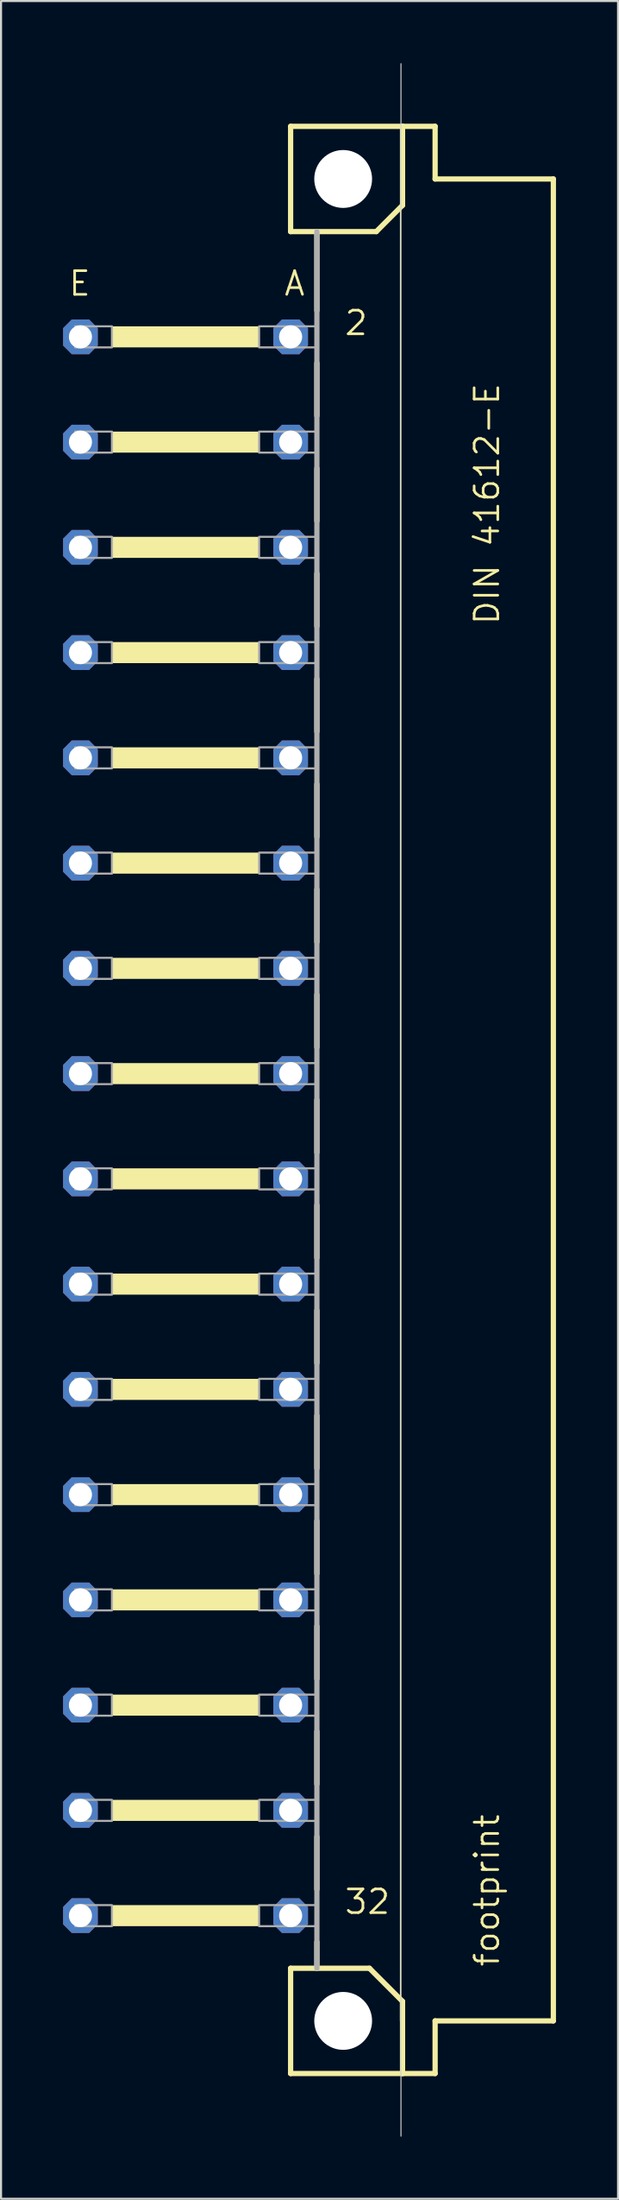
<source format=kicad_pcb>
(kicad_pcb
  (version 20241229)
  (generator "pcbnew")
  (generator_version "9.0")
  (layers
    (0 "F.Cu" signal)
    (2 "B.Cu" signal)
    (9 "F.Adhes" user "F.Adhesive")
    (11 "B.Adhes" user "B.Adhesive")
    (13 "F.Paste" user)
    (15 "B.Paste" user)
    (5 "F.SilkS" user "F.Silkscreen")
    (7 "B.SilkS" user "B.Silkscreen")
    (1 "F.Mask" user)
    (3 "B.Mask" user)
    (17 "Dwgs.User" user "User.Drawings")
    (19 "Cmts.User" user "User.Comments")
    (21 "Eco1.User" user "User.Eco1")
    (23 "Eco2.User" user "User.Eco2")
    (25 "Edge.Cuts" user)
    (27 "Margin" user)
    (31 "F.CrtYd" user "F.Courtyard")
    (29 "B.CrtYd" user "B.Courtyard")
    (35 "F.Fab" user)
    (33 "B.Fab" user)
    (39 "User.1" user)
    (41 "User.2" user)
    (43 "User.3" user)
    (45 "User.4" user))
  (footprint "footprint"
    (layer "F.Cu")
    (at 13.538 50.038)
    (property "Reference" "footprint" (at 7.62 41.91 90) (layer "F.SilkS") (effects (font (size 1.143 1.143) (thickness 0.127)) (justify left bottom)))
    (fp_line (start -2.54 -46.99) (end -2.54 -41.91) (stroke (width 0.254) (type solid)) (layer "F.SilkS"))
    (fp_line (start -2.54 -41.91) (end -1.27 -41.91) (stroke (width 0.254) (type solid)) (layer "F.SilkS"))
    (fp_line (start -2.54 41.91) (end -2.54 46.99) (stroke (width 0.254) (type solid)) (layer "F.SilkS"))
    (fp_line (start -2.54 41.91) (end -1.27 41.91) (stroke (width 0.254) (type solid)) (layer "F.SilkS"))
    (fp_line (start -2.54 46.99) (end 2.87 46.99) (stroke (width 0.254) (type solid)) (layer "F.SilkS"))
    (fp_line (start -1.27 -41.91) (end -1.27 -38.1) (stroke (width 0.254) (type solid)) (layer "F.SilkS"))
    (fp_line (start -1.27 -41.91) (end 1.6 -41.91) (stroke (width 0.254) (type solid)) (layer "F.SilkS"))
    (fp_line (start -1.27 -35.56) (end -1.27 -33.02) (stroke (width 0.254) (type solid)) (layer "F.SilkS"))
    (fp_line (start -1.27 -30.48) (end -1.27 -27.94) (stroke (width 0.254) (type solid)) (layer "F.SilkS"))
    (fp_line (start -1.27 -25.4) (end -1.27 -22.86) (stroke (width 0.254) (type solid)) (layer "F.SilkS"))
    (fp_line (start -1.27 -20.32) (end -1.27 -17.78) (stroke (width 0.254) (type solid)) (layer "F.SilkS"))
    (fp_line (start -1.27 -15.24) (end -1.27 -12.7) (stroke (width 0.254) (type solid)) (layer "F.SilkS"))
    (fp_line (start -1.27 -10.16) (end -1.27 -7.62) (stroke (width 0.254) (type solid)) (layer "F.SilkS"))
    (fp_line (start -1.27 -5.08) (end -1.27 -2.54) (stroke (width 0.254) (type solid)) (layer "F.SilkS"))
    (fp_line (start -1.27 0) (end -1.27 2.54) (stroke (width 0.254) (type solid)) (layer "F.SilkS"))
    (fp_line (start -1.27 5.08) (end -1.27 7.62) (stroke (width 0.254) (type solid)) (layer "F.SilkS"))
    (fp_line (start -1.27 10.16) (end -1.27 12.7) (stroke (width 0.254) (type solid)) (layer "F.SilkS"))
    (fp_line (start -1.27 15.24) (end -1.27 17.78) (stroke (width 0.254) (type solid)) (layer "F.SilkS"))
    (fp_line (start -1.27 20.32) (end -1.27 22.86) (stroke (width 0.254) (type solid)) (layer "F.SilkS"))
    (fp_line (start -1.27 25.4) (end -1.27 27.94) (stroke (width 0.254) (type solid)) (layer "F.SilkS"))
    (fp_line (start -1.27 30.48) (end -1.27 33.02) (stroke (width 0.254) (type solid)) (layer "F.SilkS"))
    (fp_line (start -1.27 35.56) (end -1.27 38.1) (stroke (width 0.254) (type solid)) (layer "F.SilkS"))
    (fp_line (start -1.27 40.64) (end -1.27 41.91) (stroke (width 0.254) (type solid)) (layer "F.SilkS"))
    (fp_line (start -1.27 41.91) (end 1.27 41.91) (stroke (width 0.254) (type solid)) (layer "F.SilkS"))
    (fp_line (start 1.6 -41.91) (end 2.87 -43.18) (stroke (width 0.254) (type solid)) (layer "F.SilkS"))
    (fp_line (start 2.769 -43.18) (end 2.769 44.45) (stroke (width 0.051) (type solid)) (layer "F.SilkS"))
    (fp_line (start 2.87 -46.99) (end -2.54 -46.99) (stroke (width 0.254) (type solid)) (layer "F.SilkS"))
    (fp_line (start 2.87 -43.18) (end 2.87 -46.99) (stroke (width 0.254) (type solid)) (layer "F.SilkS"))
    (fp_line (start 2.87 43.51) (end 1.27 41.91) (stroke (width 0.254) (type solid)) (layer "F.SilkS"))
    (fp_line (start 2.87 43.51) (end 2.87 46.99) (stroke (width 0.254) (type solid)) (layer "F.SilkS"))
    (fp_line (start 2.87 46.99) (end 4.445 46.99) (stroke (width 0.254) (type solid)) (layer "F.SilkS"))
    (fp_line (start 4.445 -46.99) (end 2.87 -46.99) (stroke (width 0.254) (type solid)) (layer "F.SilkS"))
    (fp_line (start 4.445 -44.45) (end 4.445 -46.99) (stroke (width 0.254) (type solid)) (layer "F.SilkS"))
    (fp_line (start 4.445 44.45) (end 10.16 44.45) (stroke (width 0.254) (type solid)) (layer "F.SilkS"))
    (fp_line (start 4.445 46.99) (end 4.445 44.45) (stroke (width 0.254) (type solid)) (layer "F.SilkS"))
    (fp_line (start 10.16 -44.45) (end 4.445 -44.45) (stroke (width 0.254) (type solid)) (layer "F.SilkS"))
    (fp_line (start 10.16 44.45) (end 10.16 -44.45) (stroke (width 0.254) (type solid)) (layer "F.SilkS"))
    (fp_poly (pts (xy -11.176 -36.322) (xy -4.064 -36.322) (xy -4.064 -37.338) (xy -11.176 -37.338)) (stroke (width 0) (type solid)) (fill yes) (layer "F.SilkS"))
    (fp_poly (pts (xy -11.176 -31.242) (xy -4.064 -31.242) (xy -4.064 -32.258) (xy -11.176 -32.258)) (stroke (width 0) (type solid)) (fill yes) (layer "F.SilkS"))
    (fp_poly (pts (xy -11.176 -26.162) (xy -4.064 -26.162) (xy -4.064 -27.178) (xy -11.176 -27.178)) (stroke (width 0) (type solid)) (fill yes) (layer "F.SilkS"))
    (fp_poly (pts (xy -11.176 -21.082) (xy -4.064 -21.082) (xy -4.064 -22.098) (xy -11.176 -22.098)) (stroke (width 0) (type solid)) (fill yes) (layer "F.SilkS"))
    (fp_poly (pts (xy -11.176 -16.002) (xy -4.064 -16.002) (xy -4.064 -17.018) (xy -11.176 -17.018)) (stroke (width 0) (type solid)) (fill yes) (layer "F.SilkS"))
    (fp_poly (pts (xy -11.176 -10.922) (xy -4.064 -10.922) (xy -4.064 -11.938) (xy -11.176 -11.938)) (stroke (width 0) (type solid)) (fill yes) (layer "F.SilkS"))
    (fp_poly (pts (xy -11.176 -5.842) (xy -4.064 -5.842) (xy -4.064 -6.858) (xy -11.176 -6.858)) (stroke (width 0) (type solid)) (fill yes) (layer "F.SilkS"))
    (fp_poly (pts (xy -11.176 -0.762) (xy -4.064 -0.762) (xy -4.064 -1.778) (xy -11.176 -1.778)) (stroke (width 0) (type solid)) (fill yes) (layer "F.SilkS"))
    (fp_poly (pts (xy -11.176 4.318) (xy -4.064 4.318) (xy -4.064 3.302) (xy -11.176 3.302)) (stroke (width 0) (type solid)) (fill yes) (layer "F.SilkS"))
    (fp_poly (pts (xy -11.176 9.398) (xy -4.064 9.398) (xy -4.064 8.382) (xy -11.176 8.382)) (stroke (width 0) (type solid)) (fill yes) (layer "F.SilkS"))
    (fp_poly (pts (xy -11.176 14.478) (xy -4.064 14.478) (xy -4.064 13.462) (xy -11.176 13.462)) (stroke (width 0) (type solid)) (fill yes) (layer "F.SilkS"))
    (fp_poly (pts (xy -11.176 19.558) (xy -4.064 19.558) (xy -4.064 18.542) (xy -11.176 18.542)) (stroke (width 0) (type solid)) (fill yes) (layer "F.SilkS"))
    (fp_poly (pts (xy -11.176 24.638) (xy -4.064 24.638) (xy -4.064 23.622) (xy -11.176 23.622)) (stroke (width 0) (type solid)) (fill yes) (layer "F.SilkS"))
    (fp_poly (pts (xy -11.176 29.718) (xy -4.064 29.718) (xy -4.064 28.702) (xy -11.176 28.702)) (stroke (width 0) (type solid)) (fill yes) (layer "F.SilkS"))
    (fp_poly (pts (xy -11.176 34.798) (xy -4.064 34.798) (xy -4.064 33.782) (xy -11.176 33.782)) (stroke (width 0) (type solid)) (fill yes) (layer "F.SilkS"))
    (fp_poly (pts (xy -11.176 39.878) (xy -4.064 39.878) (xy -4.064 38.862) (xy -11.176 38.862)) (stroke (width 0) (type solid)) (fill yes) (layer "F.SilkS"))
    (fp_line (start 2.794 50.013) (end 2.794 -50.013) (stroke (width 0.05) (type solid)) (layer "Edge.Cuts"))
    (fp_line (start -1.27 -41.91) (end -1.27 41.91) (stroke (width 0.254) (type solid)) (layer "F.Fab"))
    (fp_poly (pts (xy -12.954 -36.322) (xy -11.176 -36.322) (xy -11.176 -37.338) (xy -12.954 -37.338)) (stroke (width 0.1) (type solid)) (fill no) (layer "F.Fab"))
    (fp_poly (pts (xy -12.954 -31.242) (xy -11.176 -31.242) (xy -11.176 -32.258) (xy -12.954 -32.258)) (stroke (width 0.1) (type solid)) (fill no) (layer "F.Fab"))
    (fp_poly (pts (xy -12.954 -26.162) (xy -11.176 -26.162) (xy -11.176 -27.178) (xy -12.954 -27.178)) (stroke (width 0.1) (type solid)) (fill no) (layer "F.Fab"))
    (fp_poly (pts (xy -12.954 -21.082) (xy -11.176 -21.082) (xy -11.176 -22.098) (xy -12.954 -22.098)) (stroke (width 0.1) (type solid)) (fill no) (layer "F.Fab"))
    (fp_poly (pts (xy -12.954 -16.002) (xy -11.176 -16.002) (xy -11.176 -17.018) (xy -12.954 -17.018)) (stroke (width 0.1) (type solid)) (fill no) (layer "F.Fab"))
    (fp_poly (pts (xy -12.954 -10.922) (xy -11.176 -10.922) (xy -11.176 -11.938) (xy -12.954 -11.938)) (stroke (width 0.1) (type solid)) (fill no) (layer "F.Fab"))
    (fp_poly (pts (xy -12.954 -5.842) (xy -11.176 -5.842) (xy -11.176 -6.858) (xy -12.954 -6.858)) (stroke (width 0.1) (type solid)) (fill no) (layer "F.Fab"))
    (fp_poly (pts (xy -12.954 -0.762) (xy -11.176 -0.762) (xy -11.176 -1.778) (xy -12.954 -1.778)) (stroke (width 0.1) (type solid)) (fill no) (layer "F.Fab"))
    (fp_poly (pts (xy -12.954 4.318) (xy -11.176 4.318) (xy -11.176 3.302) (xy -12.954 3.302)) (stroke (width 0.1) (type solid)) (fill no) (layer "F.Fab"))
    (fp_poly (pts (xy -12.954 9.398) (xy -11.176 9.398) (xy -11.176 8.382) (xy -12.954 8.382)) (stroke (width 0.1) (type solid)) (fill no) (layer "F.Fab"))
    (fp_poly (pts (xy -12.954 14.478) (xy -11.176 14.478) (xy -11.176 13.462) (xy -12.954 13.462)) (stroke (width 0.1) (type solid)) (fill no) (layer "F.Fab"))
    (fp_poly (pts (xy -12.954 19.558) (xy -11.176 19.558) (xy -11.176 18.542) (xy -12.954 18.542)) (stroke (width 0.1) (type solid)) (fill no) (layer "F.Fab"))
    (fp_poly (pts (xy -12.954 24.638) (xy -11.176 24.638) (xy -11.176 23.622) (xy -12.954 23.622)) (stroke (width 0.1) (type solid)) (fill no) (layer "F.Fab"))
    (fp_poly (pts (xy -12.954 29.718) (xy -11.176 29.718) (xy -11.176 28.702) (xy -12.954 28.702)) (stroke (width 0.1) (type solid)) (fill no) (layer "F.Fab"))
    (fp_poly (pts (xy -12.954 34.798) (xy -11.176 34.798) (xy -11.176 33.782) (xy -12.954 33.782)) (stroke (width 0.1) (type solid)) (fill no) (layer "F.Fab"))
    (fp_poly (pts (xy -12.954 39.878) (xy -11.176 39.878) (xy -11.176 38.862) (xy -12.954 38.862)) (stroke (width 0.1) (type solid)) (fill no) (layer "F.Fab"))
    (fp_poly (pts (xy -4.064 -36.322) (xy -1.27 -36.322) (xy -1.27 -37.338) (xy -4.064 -37.338)) (stroke (width 0.1) (type solid)) (fill no) (layer "F.Fab"))
    (fp_poly (pts (xy -4.064 -31.242) (xy -1.27 -31.242) (xy -1.27 -32.258) (xy -4.064 -32.258)) (stroke (width 0.1) (type solid)) (fill no) (layer "F.Fab"))
    (fp_poly (pts (xy -4.064 -26.162) (xy -1.27 -26.162) (xy -1.27 -27.178) (xy -4.064 -27.178)) (stroke (width 0.1) (type solid)) (fill no) (layer "F.Fab"))
    (fp_poly (pts (xy -4.064 -21.082) (xy -1.27 -21.082) (xy -1.27 -22.098) (xy -4.064 -22.098)) (stroke (width 0.1) (type solid)) (fill no) (layer "F.Fab"))
    (fp_poly (pts (xy -4.064 -16.002) (xy -1.27 -16.002) (xy -1.27 -17.018) (xy -4.064 -17.018)) (stroke (width 0.1) (type solid)) (fill no) (layer "F.Fab"))
    (fp_poly (pts (xy -4.064 -10.922) (xy -1.27 -10.922) (xy -1.27 -11.938) (xy -4.064 -11.938)) (stroke (width 0.1) (type solid)) (fill no) (layer "F.Fab"))
    (fp_poly (pts (xy -4.064 -5.842) (xy -1.27 -5.842) (xy -1.27 -6.858) (xy -4.064 -6.858)) (stroke (width 0.1) (type solid)) (fill no) (layer "F.Fab"))
    (fp_poly (pts (xy -4.064 -0.762) (xy -1.27 -0.762) (xy -1.27 -1.778) (xy -4.064 -1.778)) (stroke (width 0.1) (type solid)) (fill no) (layer "F.Fab"))
    (fp_poly (pts (xy -4.064 4.318) (xy -1.27 4.318) (xy -1.27 3.302) (xy -4.064 3.302)) (stroke (width 0.1) (type solid)) (fill no) (layer "F.Fab"))
    (fp_poly (pts (xy -4.064 9.398) (xy -1.27 9.398) (xy -1.27 8.382) (xy -4.064 8.382)) (stroke (width 0.1) (type solid)) (fill no) (layer "F.Fab"))
    (fp_poly (pts (xy -4.064 14.478) (xy -1.27 14.478) (xy -1.27 13.462) (xy -4.064 13.462)) (stroke (width 0.1) (type solid)) (fill no) (layer "F.Fab"))
    (fp_poly (pts (xy -4.064 19.558) (xy -1.27 19.558) (xy -1.27 18.542) (xy -4.064 18.542)) (stroke (width 0.1) (type solid)) (fill no) (layer "F.Fab"))
    (fp_poly (pts (xy -4.064 24.638) (xy -1.27 24.638) (xy -1.27 23.622) (xy -4.064 23.622)) (stroke (width 0.1) (type solid)) (fill no) (layer "F.Fab"))
    (fp_poly (pts (xy -4.064 29.718) (xy -1.27 29.718) (xy -1.27 28.702) (xy -4.064 28.702)) (stroke (width 0.1) (type solid)) (fill no) (layer "F.Fab"))
    (fp_poly (pts (xy -4.064 34.798) (xy -1.27 34.798) (xy -1.27 33.782) (xy -4.064 33.782)) (stroke (width 0.1) (type solid)) (fill no) (layer "F.Fab"))
    (fp_poly (pts (xy -4.064 39.878) (xy -1.27 39.878) (xy -1.27 38.862) (xy -4.064 38.862)) (stroke (width 0.1) (type solid)) (fill no) (layer "F.Fab"))
    (fp_text user "A" (at -2.921 -38.735 0) (layer "F.SilkS") (effects (font (size 1.143 1.143) (thickness 0.127)) (justify left bottom)))
    (fp_text user "2" (at 0 -36.83 0) (layer "F.SilkS") (effects (font (size 1.143 1.143) (thickness 0.127)) (justify left bottom)))
    (fp_text user "32" (at 0 39.37 0) (layer "F.SilkS") (effects (font (size 1.143 1.143) (thickness 0.127)) (justify left bottom)))
    (fp_text user "DIN 41612-E" (at 7.62 -22.86 90) (layer "F.SilkS") (effects (font (size 1.143 1.143) (thickness 0.127)) (justify left bottom)))
    (fp_text user "E" (at -13.335 -38.735 0) (layer "F.SilkS") (effects (font (size 1.143 1.143) (thickness 0.127)) (justify left bottom)))
    (pad "" np_thru_hole circle (at 0 -44.45) (size 2.794 2.794) (drill 2.794) (layers "*.Cu" "*.Mask"))
    (pad "" np_thru_hole circle (at 0 44.45) (size 2.794 2.794) (drill 2.794) (layers "*.Cu" "*.Mask"))
    (pad "A2" thru_hole roundrect (at -2.54 -36.83) (size 1.676 1.676) (drill 1.118) (layers "*.Cu" "*.Mask") (roundrect_rratio 0.25) (chamfer_ratio 0.25) (chamfer top_left top_right bottom_left bottom_right))
    (pad "A4" thru_hole roundrect (at -2.54 -31.75) (size 1.676 1.676) (drill 1.118) (layers "*.Cu" "*.Mask") (roundrect_rratio 0.25) (chamfer_ratio 0.25) (chamfer top_left top_right bottom_left bottom_right))
    (pad "A6" thru_hole roundrect (at -2.54 -26.67) (size 1.676 1.676) (drill 1.118) (layers "*.Cu" "*.Mask") (roundrect_rratio 0.25) (chamfer_ratio 0.25) (chamfer top_left top_right bottom_left bottom_right))
    (pad "A8" thru_hole roundrect (at -2.54 -21.59) (size 1.676 1.676) (drill 1.118) (layers "*.Cu" "*.Mask") (roundrect_rratio 0.25) (chamfer_ratio 0.25) (chamfer top_left top_right bottom_left bottom_right))
    (pad "A10" thru_hole roundrect (at -2.54 -16.51) (size 1.676 1.676) (drill 1.118) (layers "*.Cu" "*.Mask") (roundrect_rratio 0.25) (chamfer_ratio 0.25) (chamfer top_left top_right bottom_left bottom_right))
    (pad "A12" thru_hole roundrect (at -2.54 -11.43) (size 1.676 1.676) (drill 1.118) (layers "*.Cu" "*.Mask") (roundrect_rratio 0.25) (chamfer_ratio 0.25) (chamfer top_left top_right bottom_left bottom_right))
    (pad "A14" thru_hole roundrect (at -2.54 -6.35) (size 1.676 1.676) (drill 1.118) (layers "*.Cu" "*.Mask") (roundrect_rratio 0.25) (chamfer_ratio 0.25) (chamfer top_left top_right bottom_left bottom_right))
    (pad "A16" thru_hole roundrect (at -2.54 -1.27) (size 1.676 1.676) (drill 1.118) (layers "*.Cu" "*.Mask") (roundrect_rratio 0.25) (chamfer_ratio 0.25) (chamfer top_left top_right bottom_left bottom_right))
    (pad "A18" thru_hole roundrect (at -2.54 3.81) (size 1.676 1.676) (drill 1.118) (layers "*.Cu" "*.Mask") (roundrect_rratio 0.25) (chamfer_ratio 0.25) (chamfer top_left top_right bottom_left bottom_right))
    (pad "A20" thru_hole roundrect (at -2.54 8.89) (size 1.676 1.676) (drill 1.118) (layers "*.Cu" "*.Mask") (roundrect_rratio 0.25) (chamfer_ratio 0.25) (chamfer top_left top_right bottom_left bottom_right))
    (pad "A22" thru_hole roundrect (at -2.54 13.97) (size 1.676 1.676) (drill 1.118) (layers "*.Cu" "*.Mask") (roundrect_rratio 0.25) (chamfer_ratio 0.25) (chamfer top_left top_right bottom_left bottom_right))
    (pad "A24" thru_hole roundrect (at -2.54 19.05) (size 1.676 1.676) (drill 1.118) (layers "*.Cu" "*.Mask") (roundrect_rratio 0.25) (chamfer_ratio 0.25) (chamfer top_left top_right bottom_left bottom_right))
    (pad "A26" thru_hole roundrect (at -2.54 24.13) (size 1.676 1.676) (drill 1.118) (layers "*.Cu" "*.Mask") (roundrect_rratio 0.25) (chamfer_ratio 0.25) (chamfer top_left top_right bottom_left bottom_right))
    (pad "A28" thru_hole roundrect (at -2.54 29.21) (size 1.676 1.676) (drill 1.118) (layers "*.Cu" "*.Mask") (roundrect_rratio 0.25) (chamfer_ratio 0.25) (chamfer top_left top_right bottom_left bottom_right))
    (pad "A30" thru_hole roundrect (at -2.54 34.29) (size 1.676 1.676) (drill 1.118) (layers "*.Cu" "*.Mask") (roundrect_rratio 0.25) (chamfer_ratio 0.25) (chamfer top_left top_right bottom_left bottom_right))
    (pad "A32" thru_hole roundrect (at -2.54 39.37) (size 1.676 1.676) (drill 1.118) (layers "*.Cu" "*.Mask") (roundrect_rratio 0.25) (chamfer_ratio 0.25) (chamfer top_left top_right bottom_left bottom_right))
    (pad "E2" thru_hole roundrect (at -12.7 -36.83) (size 1.676 1.676) (drill 1.118) (layers "*.Cu" "*.Mask") (roundrect_rratio 0.25) (chamfer_ratio 0.25) (chamfer top_left top_right bottom_left bottom_right))
    (pad "E4" thru_hole roundrect (at -12.7 -31.75) (size 1.676 1.676) (drill 1.118) (layers "*.Cu" "*.Mask") (roundrect_rratio 0.25) (chamfer_ratio 0.25) (chamfer top_left top_right bottom_left bottom_right))
    (pad "E6" thru_hole roundrect (at -12.7 -26.67) (size 1.676 1.676) (drill 1.118) (layers "*.Cu" "*.Mask") (roundrect_rratio 0.25) (chamfer_ratio 0.25) (chamfer top_left top_right bottom_left bottom_right))
    (pad "E8" thru_hole roundrect (at -12.7 -21.59) (size 1.676 1.676) (drill 1.118) (layers "*.Cu" "*.Mask") (roundrect_rratio 0.25) (chamfer_ratio 0.25) (chamfer top_left top_right bottom_left bottom_right))
    (pad "E10" thru_hole roundrect (at -12.7 -16.51) (size 1.676 1.676) (drill 1.118) (layers "*.Cu" "*.Mask") (roundrect_rratio 0.25) (chamfer_ratio 0.25) (chamfer top_left top_right bottom_left bottom_right))
    (pad "E12" thru_hole roundrect (at -12.7 -11.43) (size 1.676 1.676) (drill 1.118) (layers "*.Cu" "*.Mask") (roundrect_rratio 0.25) (chamfer_ratio 0.25) (chamfer top_left top_right bottom_left bottom_right))
    (pad "E14" thru_hole roundrect (at -12.7 -6.35) (size 1.676 1.676) (drill 1.118) (layers "*.Cu" "*.Mask") (roundrect_rratio 0.25) (chamfer_ratio 0.25) (chamfer top_left top_right bottom_left bottom_right))
    (pad "E16" thru_hole roundrect (at -12.7 -1.27) (size 1.676 1.676) (drill 1.118) (layers "*.Cu" "*.Mask") (roundrect_rratio 0.25) (chamfer_ratio 0.25) (chamfer top_left top_right bottom_left bottom_right))
    (pad "E18" thru_hole roundrect (at -12.7 3.81) (size 1.676 1.676) (drill 1.118) (layers "*.Cu" "*.Mask") (roundrect_rratio 0.25) (chamfer_ratio 0.25) (chamfer top_left top_right bottom_left bottom_right))
    (pad "E20" thru_hole roundrect (at -12.7 8.89) (size 1.676 1.676) (drill 1.118) (layers "*.Cu" "*.Mask") (roundrect_rratio 0.25) (chamfer_ratio 0.25) (chamfer top_left top_right bottom_left bottom_right))
    (pad "E22" thru_hole roundrect (at -12.7 13.97) (size 1.676 1.676) (drill 1.118) (layers "*.Cu" "*.Mask") (roundrect_rratio 0.25) (chamfer_ratio 0.25) (chamfer top_left top_right bottom_left bottom_right))
    (pad "E24" thru_hole roundrect (at -12.7 19.05) (size 1.676 1.676) (drill 1.118) (layers "*.Cu" "*.Mask") (roundrect_rratio 0.25) (chamfer_ratio 0.25) (chamfer top_left top_right bottom_left bottom_right))
    (pad "E26" thru_hole roundrect (at -12.7 24.13) (size 1.676 1.676) (drill 1.118) (layers "*.Cu" "*.Mask") (roundrect_rratio 0.25) (chamfer_ratio 0.25) (chamfer top_left top_right bottom_left bottom_right))
    (pad "E28" thru_hole roundrect (at -12.7 29.21) (size 1.676 1.676) (drill 1.118) (layers "*.Cu" "*.Mask") (roundrect_rratio 0.25) (chamfer_ratio 0.25) (chamfer top_left top_right bottom_left bottom_right))
    (pad "E30" thru_hole roundrect (at -12.7 34.29) (size 1.676 1.676) (drill 1.118) (layers "*.Cu" "*.Mask") (roundrect_rratio 0.25) (chamfer_ratio 0.25) (chamfer top_left top_right bottom_left bottom_right))
    (pad "E32" thru_hole roundrect (at -12.7 39.37) (size 1.676 1.676) (drill 1.118) (layers "*.Cu" "*.Mask") (roundrect_rratio 0.25) (chamfer_ratio 0.25) (chamfer top_left top_right bottom_left bottom_right))
    (zone (net_name "") (layers "F.Cu" "B.Cu") (hatch edge 0.508) (connect_pads) (min_thickness 0.254) (filled_areas_thickness no) (keepout (tracks allowed) (vias not_allowed) (pads allowed) (copperpour allowed) (footprints allowed)) (placement (enabled no)) (fill) (polygon (pts (xy 16.713 5.588) (xy 16.665 5.036) (xy 16.522 4.502) (xy 16.288 4) (xy 15.97 3.547) (xy 15.579 3.155) (xy 15.126 2.838) (xy 14.624 2.604) (xy 14.09 2.461) (xy 13.538 2.413) (xy 12.987 2.461) (xy 12.452 2.604) (xy 11.951 2.838) (xy 11.497 3.155) (xy 11.106 3.547) (xy 10.789 4) (xy 10.555 4.502) (xy 10.411 5.036) (xy 10.363 5.588) (xy 10.411 6.139) (xy 10.555 6.674) (xy 10.789 7.175) (xy 11.106 7.628) (xy 11.497 8.02) (xy 11.951 8.337) (xy 12.452 8.571) (xy 12.987 8.714) (xy 13.538 8.763) (xy 14.09 8.714) (xy 14.624 8.571) (xy 15.126 8.337) (xy 15.579 8.02) (xy 15.97 7.628) (xy 16.288 7.175) (xy 16.522 6.674) (xy 16.665 6.139))) (polygon (pts (xy 14.935 5.588) (xy 14.914 5.345) (xy 14.851 5.11) (xy 14.748 4.889) (xy 14.608 4.69) (xy 14.436 4.517) (xy 14.237 4.378) (xy 14.016 4.275) (xy 13.781 4.212) (xy 13.538 4.191) (xy 13.296 4.212) (xy 13.06 4.275) (xy 12.84 4.378) (xy 12.64 4.517) (xy 12.468 4.69) (xy 12.328 4.889) (xy 12.225 5.11) (xy 12.162 5.345) (xy 12.141 5.588) (xy 12.162 5.83) (xy 12.225 6.065) (xy 12.328 6.286) (xy 12.468 6.486) (xy 12.64 6.658) (xy 12.84 6.797) (xy 13.06 6.9) (xy 13.296 6.963) (xy 13.538 6.985) (xy 13.781 6.963) (xy 14.016 6.9) (xy 14.237 6.797) (xy 14.436 6.658) (xy 14.608 6.486) (xy 14.748 6.286) (xy 14.851 6.065) (xy 14.914 5.83))))
    (zone (net_name "") (layers "F.Cu" "B.Cu") (hatch edge 0.508) (connect_pads) (min_thickness 0.254) (filled_areas_thickness no) (keepout (tracks allowed) (vias not_allowed) (pads allowed) (copperpour allowed) (footprints allowed)) (placement (enabled no)) (fill) (polygon (pts (xy 16.713 94.488) (xy 16.665 93.936) (xy 16.522 93.402) (xy 16.288 92.9) (xy 15.97 92.447) (xy 15.579 92.055) (xy 15.126 91.738) (xy 14.624 91.504) (xy 14.09 91.361) (xy 13.538 91.313) (xy 12.987 91.361) (xy 12.452 91.504) (xy 11.951 91.738) (xy 11.497 92.055) (xy 11.106 92.447) (xy 10.789 92.9) (xy 10.555 93.402) (xy 10.411 93.936) (xy 10.363 94.488) (xy 10.411 95.039) (xy 10.555 95.574) (xy 10.789 96.075) (xy 11.106 96.528) (xy 11.497 96.92) (xy 11.951 97.237) (xy 12.452 97.471) (xy 12.987 97.614) (xy 13.538 97.663) (xy 14.09 97.614) (xy 14.624 97.471) (xy 15.126 97.237) (xy 15.579 96.92) (xy 15.97 96.528) (xy 16.288 96.075) (xy 16.522 95.574) (xy 16.665 95.039))) (polygon (pts (xy 14.935 94.488) (xy 14.914 94.245) (xy 14.851 94.01) (xy 14.748 93.789) (xy 14.608 93.59) (xy 14.436 93.417) (xy 14.237 93.278) (xy 14.016 93.175) (xy 13.781 93.112) (xy 13.538 93.091) (xy 13.296 93.112) (xy 13.06 93.175) (xy 12.84 93.278) (xy 12.64 93.417) (xy 12.468 93.59) (xy 12.328 93.789) (xy 12.225 94.01) (xy 12.162 94.245) (xy 12.141 94.488) (xy 12.162 94.73) (xy 12.225 94.965) (xy 12.328 95.186) (xy 12.468 95.386) (xy 12.64 95.558) (xy 12.84 95.697) (xy 13.06 95.8) (xy 13.296 95.863) (xy 13.538 95.885) (xy 13.781 95.863) (xy 14.016 95.8) (xy 14.237 95.697) (xy 14.436 95.558) (xy 14.608 95.386) (xy 14.748 95.186) (xy 14.851 94.965) (xy 14.914 94.73))))
    (zone (net_name "") (layer "B.Cu") (hatch edge 0.508) (connect_pads) (min_thickness 0.254) (filled_areas_thickness no) (keepout (tracks not_allowed) (vias not_allowed) (pads not_allowed) (copperpour not_allowed) (footprints allowed)) (placement (enabled no)) (fill) (polygon (pts (xy 16.713 5.588) (xy 16.665 5.036) (xy 16.522 4.502) (xy 16.288 4) (xy 15.97 3.547) (xy 15.579 3.155) (xy 15.126 2.838) (xy 14.624 2.604) (xy 14.09 2.461) (xy 13.538 2.413) (xy 12.987 2.461) (xy 12.452 2.604) (xy 11.951 2.838) (xy 11.497 3.155) (xy 11.106 3.547) (xy 10.789 4) (xy 10.555 4.502) (xy 10.411 5.036) (xy 10.363 5.588) (xy 10.411 6.139) (xy 10.555 6.674) (xy 10.789 7.175) (xy 11.106 7.628) (xy 11.497 8.02) (xy 11.951 8.337) (xy 12.452 8.571) (xy 12.987 8.714) (xy 13.538 8.763) (xy 14.09 8.714) (xy 14.624 8.571) (xy 15.126 8.337) (xy 15.579 8.02) (xy 15.97 7.628) (xy 16.288 7.175) (xy 16.522 6.674) (xy 16.665 6.139))) (polygon (pts (xy 14.935 5.588) (xy 14.914 5.345) (xy 14.851 5.11) (xy 14.748 4.889) (xy 14.608 4.69) (xy 14.436 4.517) (xy 14.237 4.378) (xy 14.016 4.275) (xy 13.781 4.212) (xy 13.538 4.191) (xy 13.296 4.212) (xy 13.06 4.275) (xy 12.84 4.378) (xy 12.64 4.517) (xy 12.468 4.69) (xy 12.328 4.889) (xy 12.225 5.11) (xy 12.162 5.345) (xy 12.141 5.588) (xy 12.162 5.83) (xy 12.225 6.065) (xy 12.328 6.286) (xy 12.468 6.486) (xy 12.64 6.658) (xy 12.84 6.797) (xy 13.06 6.9) (xy 13.296 6.963) (xy 13.538 6.985) (xy 13.781 6.963) (xy 14.016 6.9) (xy 14.237 6.797) (xy 14.436 6.658) (xy 14.608 6.486) (xy 14.748 6.286) (xy 14.851 6.065) (xy 14.914 5.83))))
    (zone (net_name "") (layer "B.Cu") (hatch edge 0.508) (connect_pads) (min_thickness 0.254) (filled_areas_thickness no) (keepout (tracks not_allowed) (vias not_allowed) (pads not_allowed) (copperpour not_allowed) (footprints allowed)) (placement (enabled no)) (fill) (polygon (pts (xy 16.713 94.488) (xy 16.665 93.936) (xy 16.522 93.402) (xy 16.288 92.9) (xy 15.97 92.447) (xy 15.579 92.055) (xy 15.126 91.738) (xy 14.624 91.504) (xy 14.09 91.361) (xy 13.538 91.313) (xy 12.987 91.361) (xy 12.452 91.504) (xy 11.951 91.738) (xy 11.497 92.055) (xy 11.106 92.447) (xy 10.789 92.9) (xy 10.555 93.402) (xy 10.411 93.936) (xy 10.363 94.488) (xy 10.411 95.039) (xy 10.555 95.574) (xy 10.789 96.075) (xy 11.106 96.528) (xy 11.497 96.92) (xy 11.951 97.237) (xy 12.452 97.471) (xy 12.987 97.614) (xy 13.538 97.663) (xy 14.09 97.614) (xy 14.624 97.471) (xy 15.126 97.237) (xy 15.579 96.92) (xy 15.97 96.528) (xy 16.288 96.075) (xy 16.522 95.574) (xy 16.665 95.039))) (polygon (pts (xy 14.935 94.488) (xy 14.914 94.245) (xy 14.851 94.01) (xy 14.748 93.789) (xy 14.608 93.59) (xy 14.436 93.417) (xy 14.237 93.278) (xy 14.016 93.175) (xy 13.781 93.112) (xy 13.538 93.091) (xy 13.296 93.112) (xy 13.06 93.175) (xy 12.84 93.278) (xy 12.64 93.417) (xy 12.468 93.59) (xy 12.328 93.789) (xy 12.225 94.01) (xy 12.162 94.245) (xy 12.141 94.488) (xy 12.162 94.73) (xy 12.225 94.965) (xy 12.328 95.186) (xy 12.468 95.386) (xy 12.64 95.558) (xy 12.84 95.697) (xy 13.06 95.8) (xy 13.296 95.863) (xy 13.538 95.885) (xy 13.781 95.863) (xy 14.016 95.8) (xy 14.237 95.697) (xy 14.436 95.558) (xy 14.608 95.386) (xy 14.748 95.186) (xy 14.851 94.965) (xy 14.914 94.73)))))
  (gr_rect
    (start -3 -3)
    (end 26.825 103.075)
    (stroke (width 0.1) (type default))
    (fill no)
    (layer "Edge.Cuts")))
</source>
